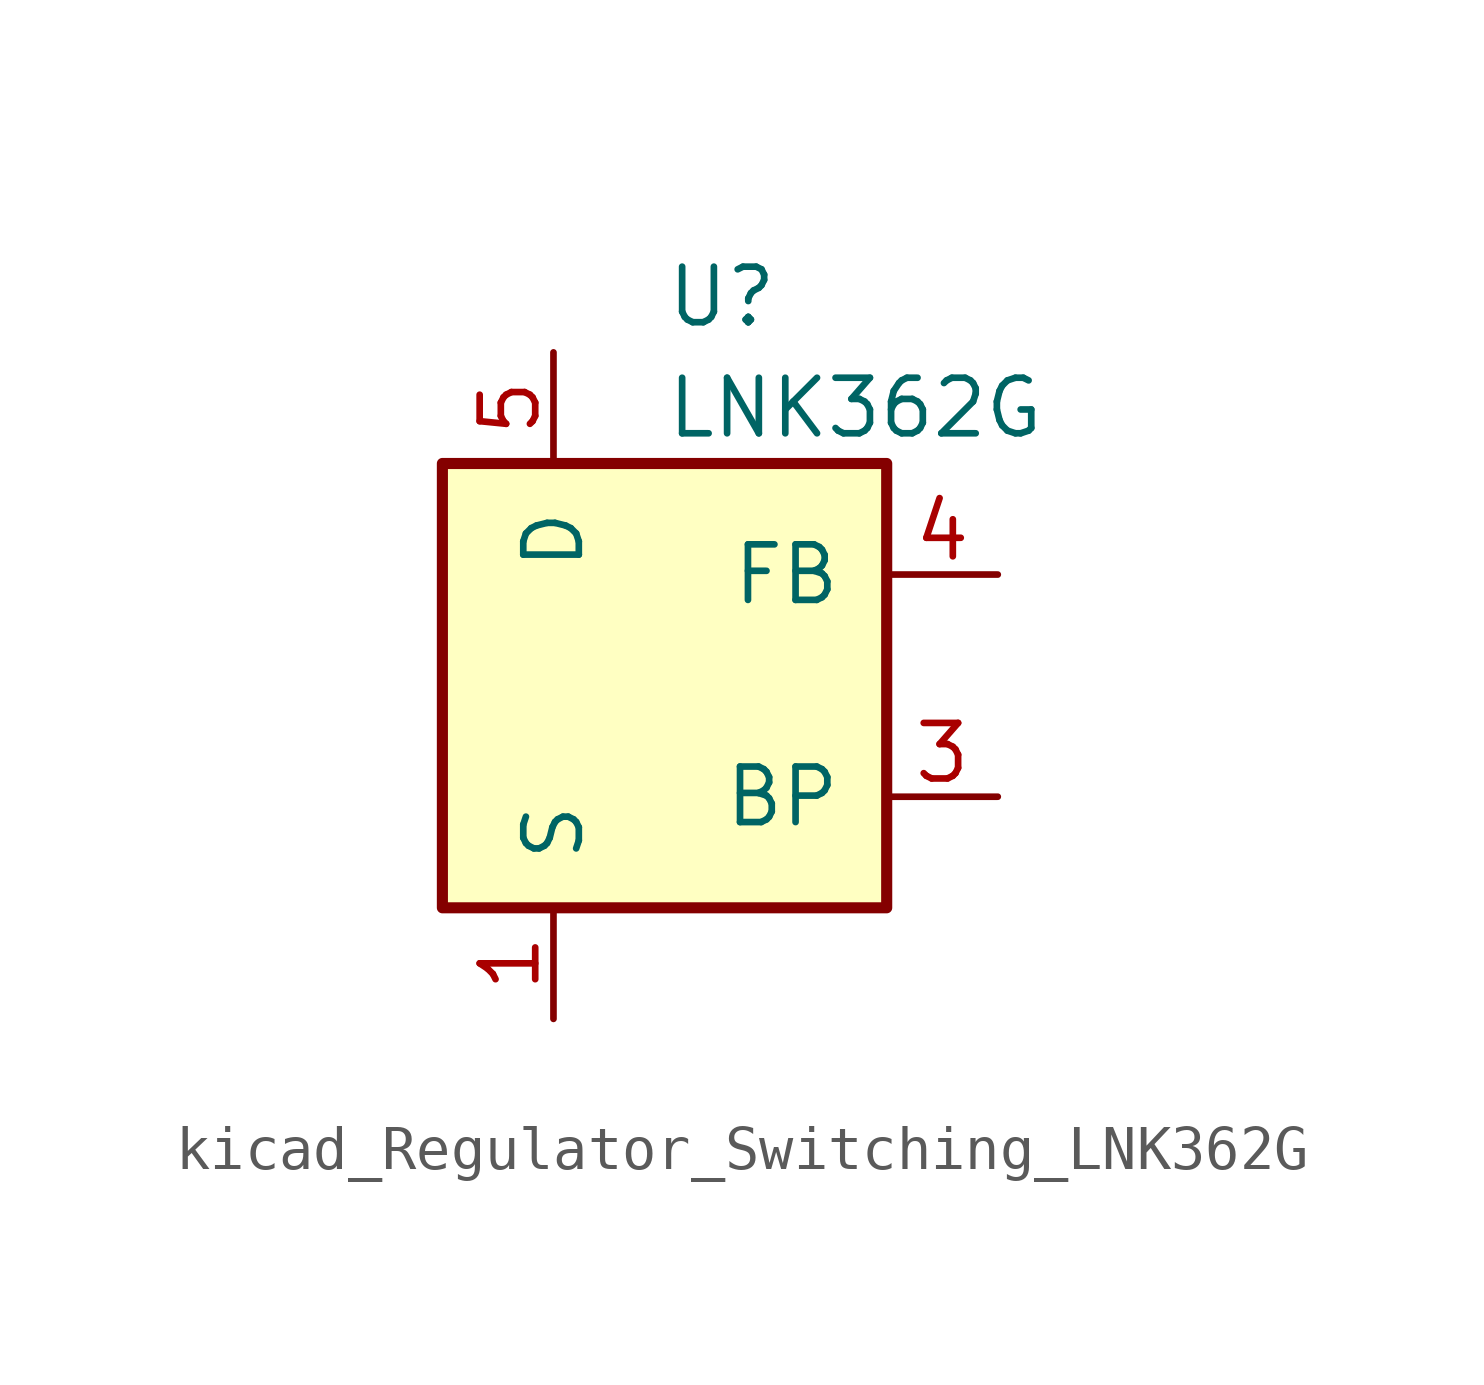
<source format=kicad_sym>
(kicad_symbol_lib
  (version 20220914)
  (generator kicad_symbol_editor)
  (symbol "kicad_Regulator_Switching_LNK362G"
    (pin_names
      (offset 1.016))
    (property "Reference" "U"
      (at 0 8.89 0)
      (effects (font (size 1.27 1.27)) (justify left)))
    (property "Value" "LNK362G"
      (at 0 6.35 0)
      (effects (font (size 1.27 1.27)) (justify left)))
    (symbol "kicad_Regulator_Switching_LNK362G_0_1"
      (rectangle (start -5.08 5.08) (end 5.08 -5.08) (stroke (width 0.254) (type default)) (fill (type background))))
    (symbol "kicad_Regulator_Switching_LNK362G_1_1"
      (pin power_in line (at -2.54 -7.62 90) (length 2.54) (name "S" (effects (font (size 1.27 1.27)))) (number "1" (effects (font (size 1.27 1.27)))))
      (pin passive line (at -2.54 -7.62 90) (length 2.54) hide (name "S" (effects (font (size 1.27 1.27)))) (number "2" (effects (font (size 1.27 1.27)))))
      (pin input line (at 7.62 -2.54 180) (length 2.54) (name "BP" (effects (font (size 1.27 1.27)))) (number "3" (effects (font (size 1.27 1.27)))))
      (pin input line (at 7.62 2.54 180) (length 2.54) (name "FB" (effects (font (size 1.27 1.27)))) (number "4" (effects (font (size 1.27 1.27)))))
      (pin open_collector line (at -2.54 7.62 270) (length 2.54) (name "D" (effects (font (size 1.27 1.27)))) (number "5" (effects (font (size 1.27 1.27)))))
      (pin passive line (at -2.54 -7.62 90) (length 2.54) hide (name "S" (effects (font (size 1.27 1.27)))) (number "7" (effects (font (size 1.27 1.27)))))
      (pin passive line (at -2.54 -7.62 90) (length 2.54) hide (name "S" (effects (font (size 1.27 1.27)))) (number "8" (effects (font (size 1.27 1.27))))))))
</source>
